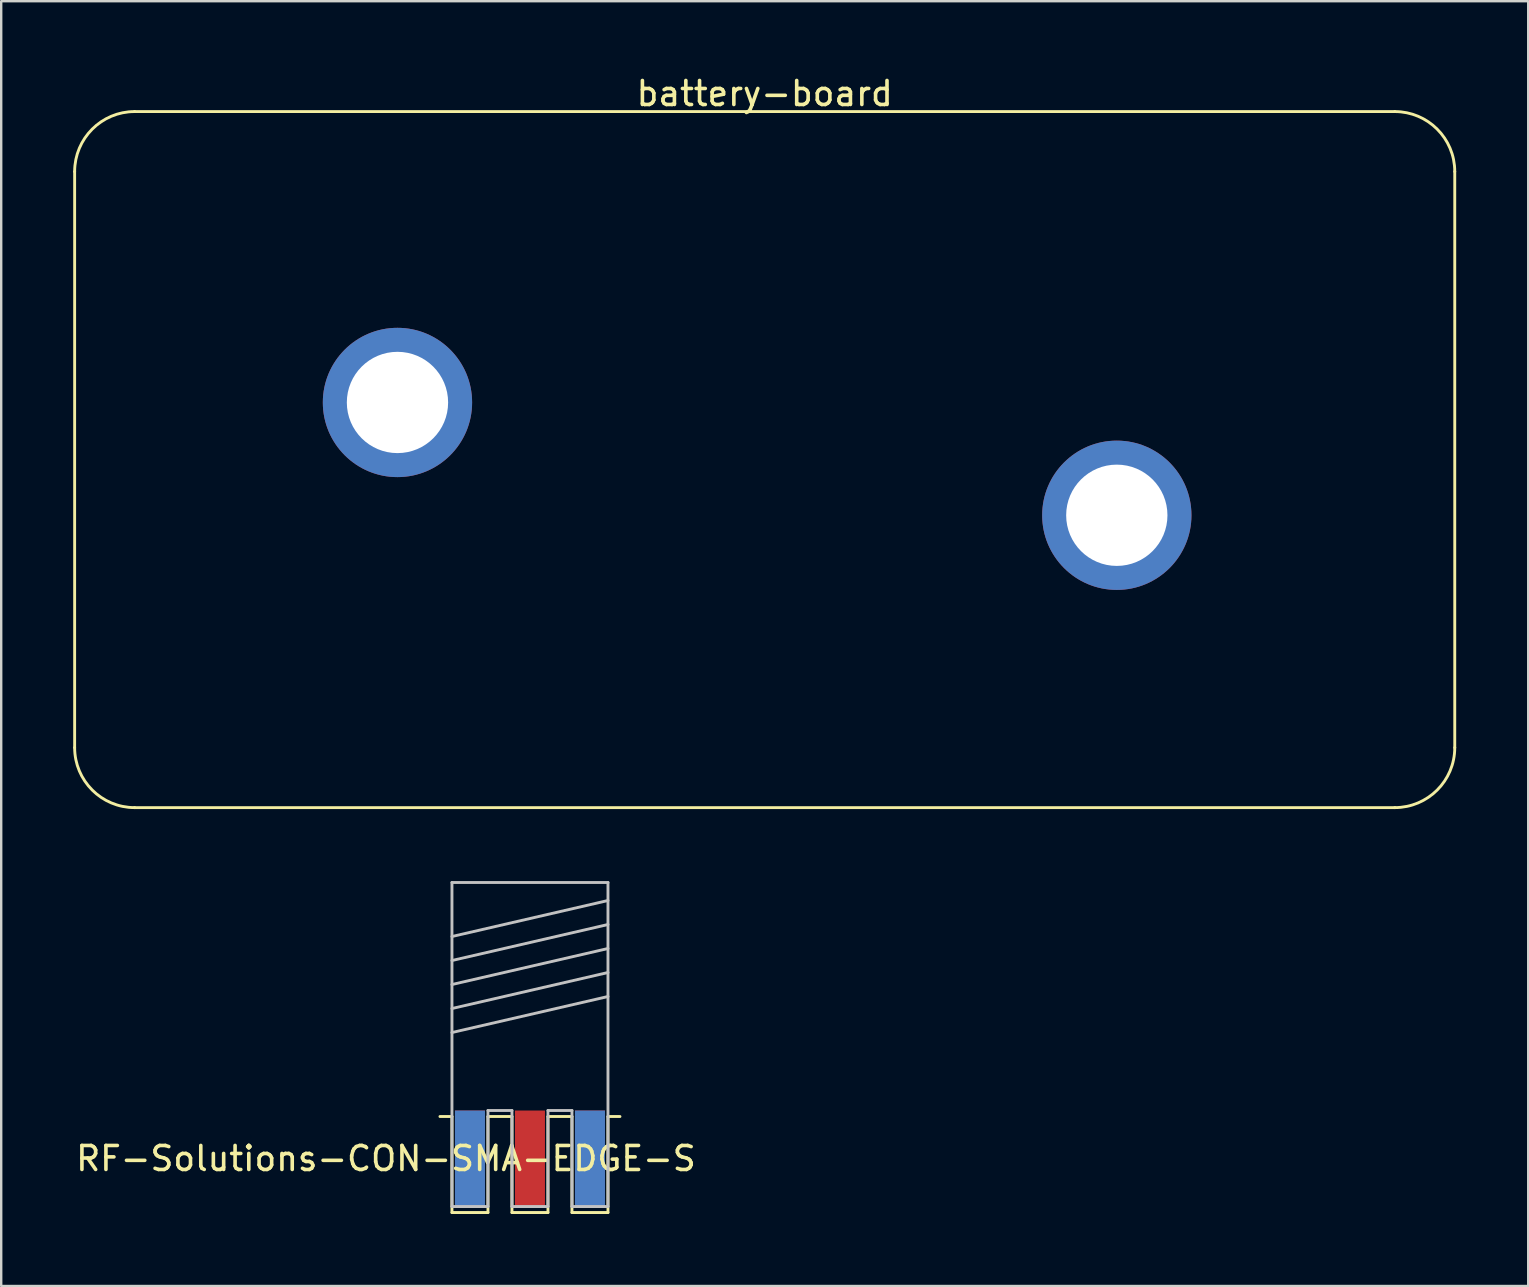
<source format=kicad_pcb>
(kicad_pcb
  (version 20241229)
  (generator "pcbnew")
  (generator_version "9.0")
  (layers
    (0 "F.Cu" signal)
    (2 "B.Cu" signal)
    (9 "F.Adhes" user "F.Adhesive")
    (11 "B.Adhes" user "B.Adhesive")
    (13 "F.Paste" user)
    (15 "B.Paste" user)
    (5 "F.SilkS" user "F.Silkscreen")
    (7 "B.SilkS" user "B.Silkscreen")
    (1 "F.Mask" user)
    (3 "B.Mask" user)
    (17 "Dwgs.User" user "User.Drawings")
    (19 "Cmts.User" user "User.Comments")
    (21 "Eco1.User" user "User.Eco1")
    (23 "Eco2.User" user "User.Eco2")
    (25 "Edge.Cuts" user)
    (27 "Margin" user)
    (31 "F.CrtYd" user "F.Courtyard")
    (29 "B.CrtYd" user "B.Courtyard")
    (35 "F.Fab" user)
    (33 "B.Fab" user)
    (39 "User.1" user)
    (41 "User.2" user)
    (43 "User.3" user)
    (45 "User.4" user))
  (footprint "battery-board"
    (layer "F.Cu")
    (at 28.81 16.098)
    (property "Reference" "battery-board" (at 0 -15.25 0) (layer "F.SilkS") (effects (font (size 1 1) (thickness 0.15))))
    (attr through_hole)
    (fp_line (start -28.75 12) (end -28.75 -12) (stroke (width 0.12) (type solid)) (layer "F.SilkS"))
    (fp_line (start -26.25 -14.5) (end 26.25 -14.5) (stroke (width 0.12) (type solid)) (layer "F.SilkS"))
    (fp_line (start 26.25 14.5) (end -26.25 14.5) (stroke (width 0.12) (type solid)) (layer "F.SilkS"))
    (fp_line (start 28.75 -12) (end 28.75 12) (stroke (width 0.12) (type solid)) (layer "F.SilkS"))
    (fp_arc (start -28.75 -12) (mid -28.017767 -13.767767) (end -26.25 -14.5) (stroke (width 0.12) (type solid)) (layer "F.SilkS"))
    (fp_arc (start -26.25 14.5) (mid -28.017767 13.767767) (end -28.75 12) (stroke (width 0.12) (type solid)) (layer "F.SilkS"))
    (fp_arc (start 26.25 -14.5) (mid 28.017767 -13.767767) (end 28.75 -12) (stroke (width 0.12) (type solid)) (layer "F.SilkS"))
    (fp_arc (start 28.75 12) (mid 28.017767 13.767767) (end 26.25 14.5) (stroke (width 0.12) (type solid)) (layer "F.SilkS"))
    (pad "1" thru_hole circle (at -15.3 -2.38) (size 6.22 6.22) (drill 4.22) (layers "*.Cu" "*.Mask"))
    (pad "2" thru_hole circle (at 14.67 2.32) (size 6.22 6.22) (drill 4.22) (layers "*.Cu" "*.Mask")))
  (footprint "RF-Solutions-CON-SMA-EDGE-S"
    (layer "F.Cu")
    (at 19.03 43.218)
    (property "Reference" "RF-Solutions-CON-SMA-EDGE-S" (at -6 2 0) (layer "F.SilkS") (effects (font (size 1 1) (thickness 0.15))))
    (attr through_hole)
    (fp_line (start -3.25 0.25) (end -3.75 0.25) (stroke (width 0.12) (type solid)) (layer "F.SilkS"))
    (fp_line (start -3.25 0.25) (end -3.25 4.25) (stroke (width 0.12) (type solid)) (layer "F.SilkS"))
    (fp_line (start -3.25 4.25) (end -1.75 4.25) (stroke (width 0.12) (type solid)) (layer "F.SilkS"))
    (fp_line (start -1.75 0.25) (end -0.75 0.25) (stroke (width 0.12) (type solid)) (layer "F.SilkS"))
    (fp_line (start -1.75 4.25) (end -1.75 0.25) (stroke (width 0.12) (type solid)) (layer "F.SilkS"))
    (fp_line (start -0.75 0.25) (end -0.75 4.25) (stroke (width 0.12) (type solid)) (layer "F.SilkS"))
    (fp_line (start -0.75 4.25) (end 0.75 4.25) (stroke (width 0.12) (type solid)) (layer "F.SilkS"))
    (fp_line (start 0.75 0.25) (end 1.75 0.25) (stroke (width 0.12) (type solid)) (layer "F.SilkS"))
    (fp_line (start 0.75 4.25) (end 0.75 0.25) (stroke (width 0.12) (type solid)) (layer "F.SilkS"))
    (fp_line (start 1.75 0.25) (end 1.75 4.25) (stroke (width 0.12) (type solid)) (layer "F.SilkS"))
    (fp_line (start 1.75 4.25) (end 3.25 4.25) (stroke (width 0.12) (type solid)) (layer "F.SilkS"))
    (fp_line (start 3.25 0.25) (end 3.75 0.25) (stroke (width 0.12) (type solid)) (layer "F.SilkS"))
    (fp_line (start 3.25 4.25) (end 3.25 0.25) (stroke (width 0.12) (type solid)) (layer "F.SilkS"))
    (fp_line (start -3.25 -9.5) (end -3.25 4) (stroke (width 0.12) (type solid)) (layer "Dwgs.User"))
    (fp_line (start -3.25 4) (end -1.75 4) (stroke (width 0.12) (type solid)) (layer "Dwgs.User"))
    (fp_line (start -1.75 0) (end -0.75 0) (stroke (width 0.12) (type solid)) (layer "Dwgs.User"))
    (fp_line (start -1.75 4) (end -1.75 0) (stroke (width 0.12) (type solid)) (layer "Dwgs.User"))
    (fp_line (start -0.75 0) (end -0.75 4) (stroke (width 0.12) (type solid)) (layer "Dwgs.User"))
    (fp_line (start -0.75 4) (end 0.75 4) (stroke (width 0.12) (type solid)) (layer "Dwgs.User"))
    (fp_line (start 0.75 0) (end 1.75 0) (stroke (width 0.12) (type solid)) (layer "Dwgs.User"))
    (fp_line (start 0.75 4) (end 0.75 0) (stroke (width 0.12) (type solid)) (layer "Dwgs.User"))
    (fp_line (start 1.75 0) (end 1.75 4) (stroke (width 0.12) (type solid)) (layer "Dwgs.User"))
    (fp_line (start 1.75 4) (end 3.25 4) (stroke (width 0.12) (type solid)) (layer "Dwgs.User"))
    (fp_line (start 3.25 -9.5) (end -3.25 -9.5) (stroke (width 0.12) (type solid)) (layer "Dwgs.User"))
    (fp_line (start 3.25 -8.75) (end -3.25 -7.25) (stroke (width 0.12) (type solid)) (layer "Dwgs.User"))
    (fp_line (start 3.25 -7.75) (end -3.25 -6.25) (stroke (width 0.12) (type solid)) (layer "Dwgs.User"))
    (fp_line (start 3.25 -6.75) (end -3.25 -5.25) (stroke (width 0.12) (type solid)) (layer "Dwgs.User"))
    (fp_line (start 3.25 -5.75) (end -3.25 -4.25) (stroke (width 0.12) (type solid)) (layer "Dwgs.User"))
    (fp_line (start 3.25 -4.75) (end -3.25 -3.25) (stroke (width 0.12) (type solid)) (layer "Dwgs.User"))
    (fp_line (start 3.25 4) (end 3.25 -9.5) (stroke (width 0.12) (type solid)) (layer "Dwgs.User"))
    (pad "1" smd rect (at 0 2) (size 1.25 4) (layers "F.Cu" "F.Mask" "F.Paste"))
    (pad "2" smd rect (at -2.5 2) (size 1.25 4) (layers "F.Cu" "F.Mask" "F.Paste"))
    (pad "2" smd rect (at -2.5 2) (size 1.25 4) (layers "B.Cu" "B.Mask" "B.Paste"))
    (pad "2" smd rect (at 2.5 2) (size 1.25 4) (layers "F.Cu" "F.Mask" "F.Paste"))
    (pad "2" smd rect (at 2.5 2) (size 1.25 4) (layers "B.Cu" "B.Mask" "B.Paste")))
  (gr_rect
    (start -3 -3)
    (end 60.62 50.528)
    (stroke (width 0.1) (type default))
    (fill no)
    (layer "Edge.Cuts")))
</source>
